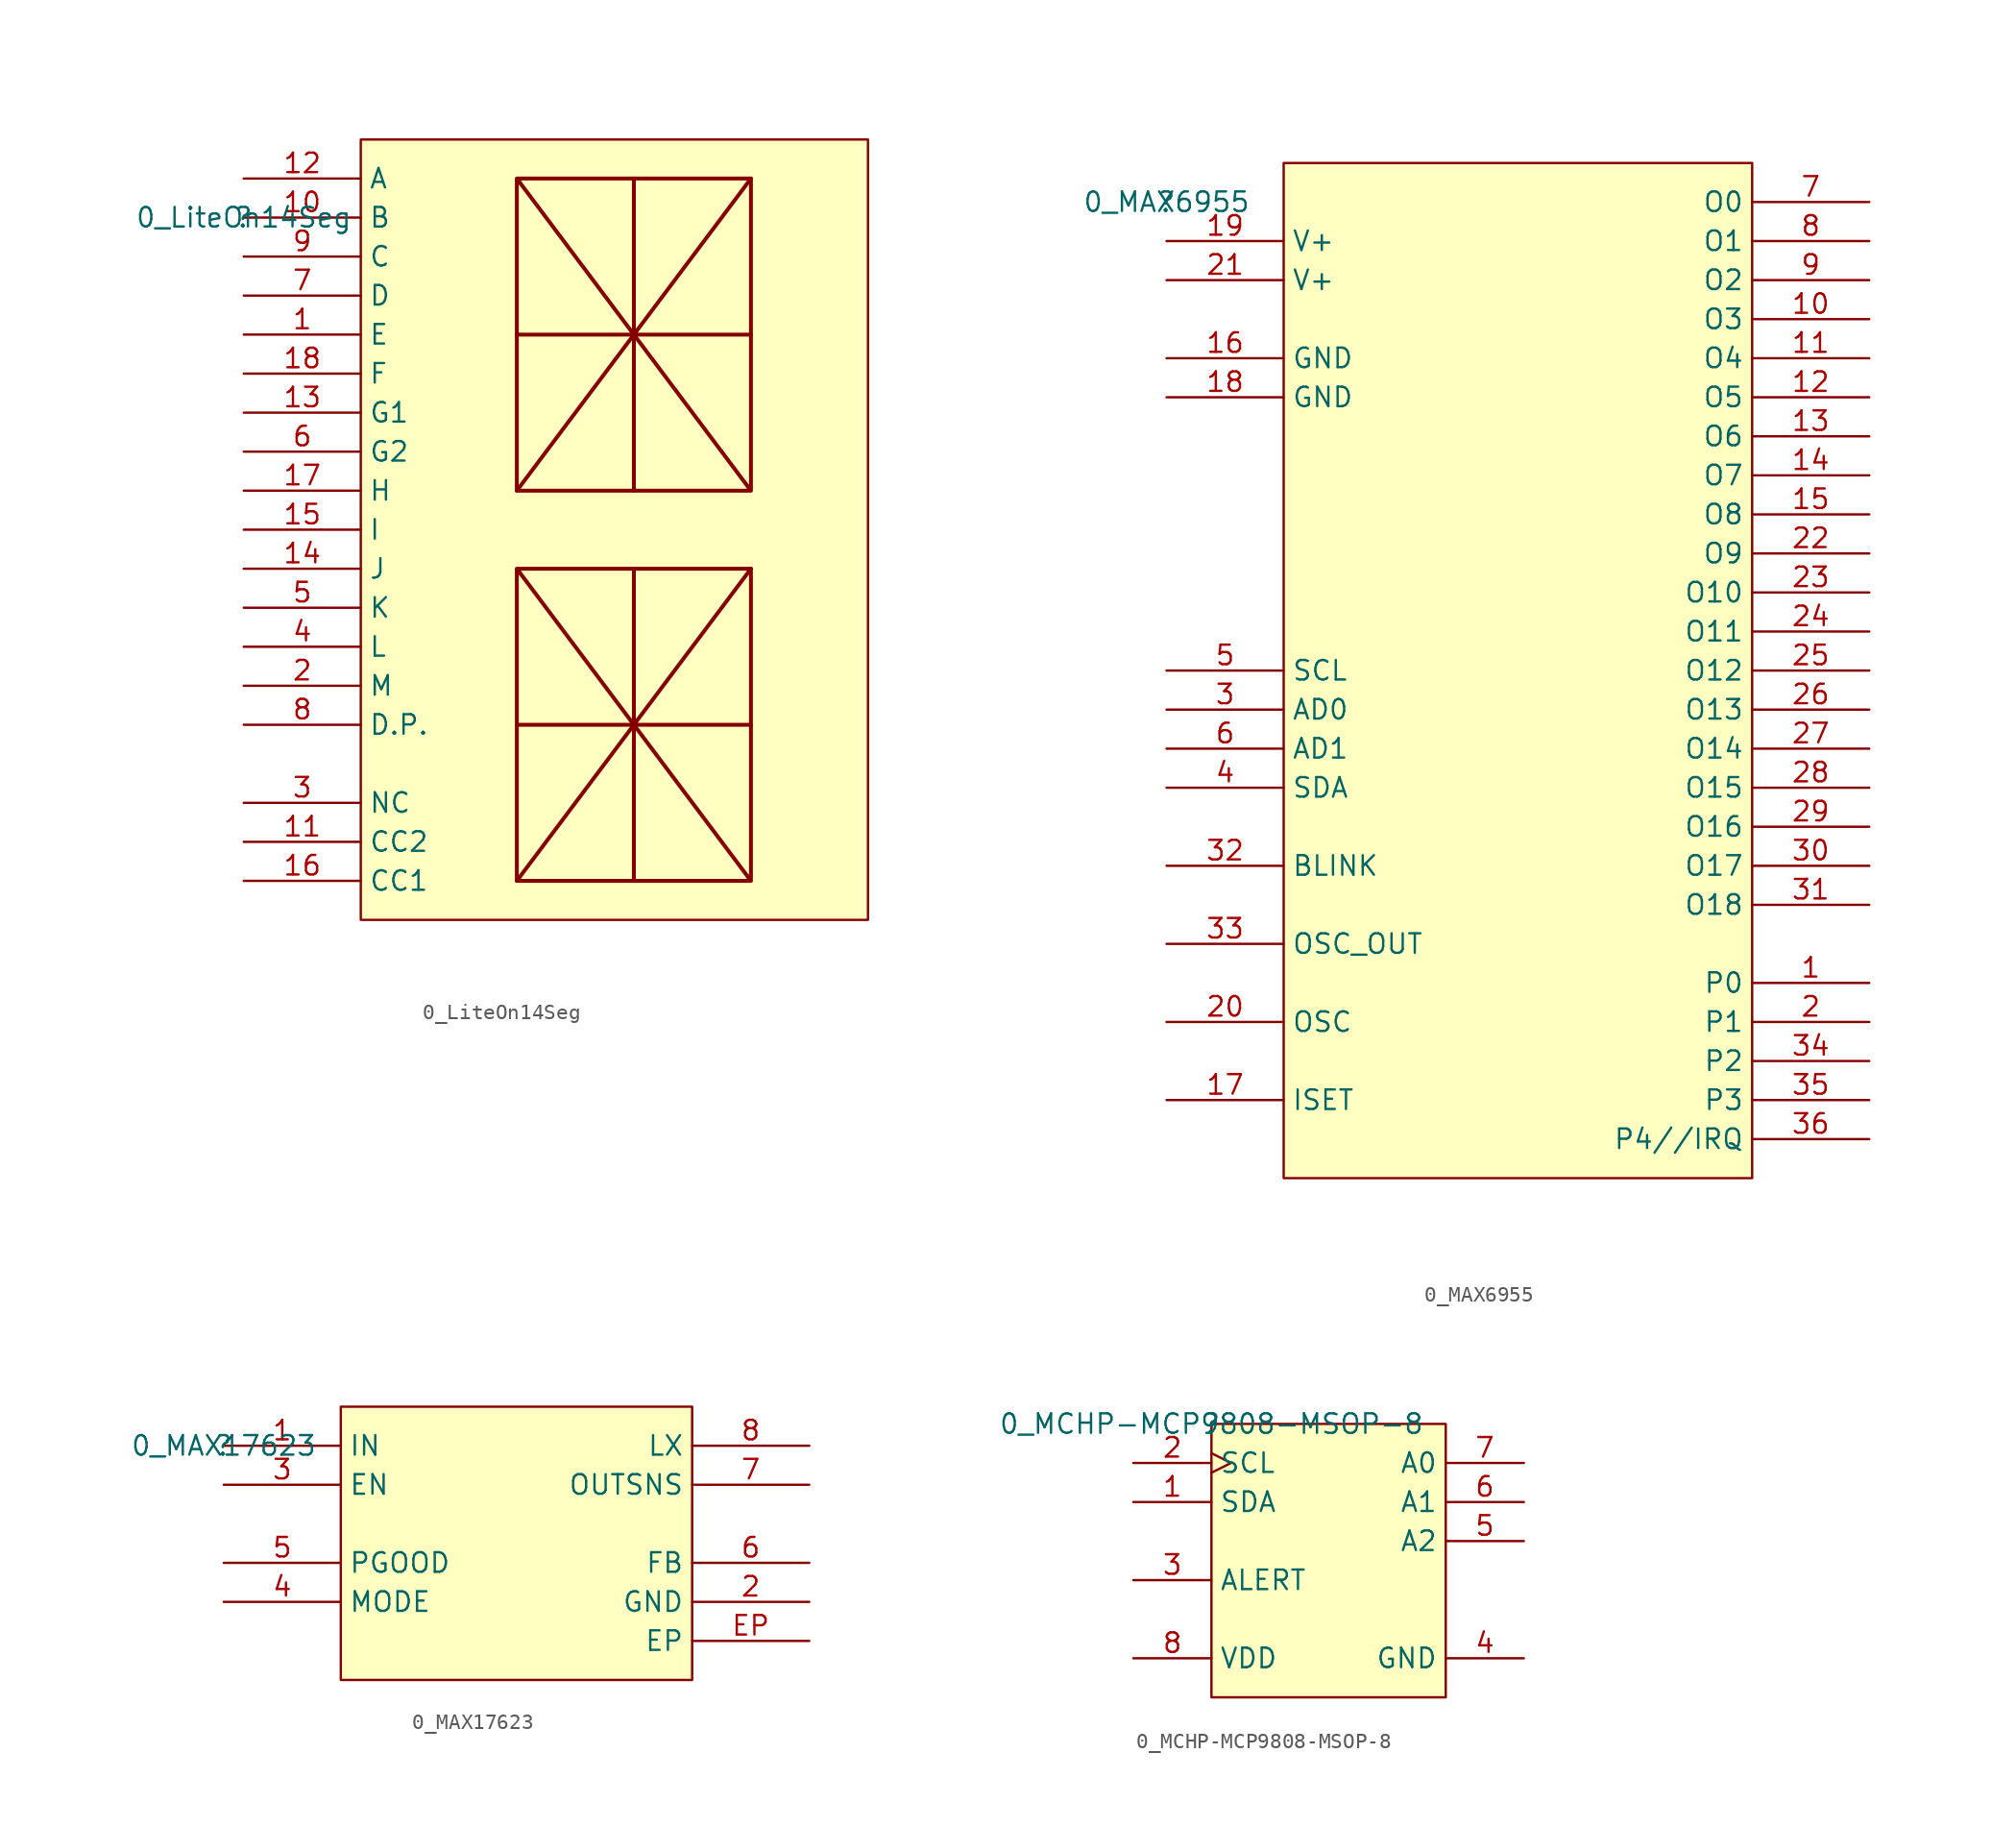
<source format=kicad_sym>
(kicad_symbol_lib
  (version 20211014)
  (generator kicad_symbol_editor)
  (symbol "0_LiteOn14Seg"
    (property "Reference" ""
      (at 0 0 0)
      (effects (font (size 1.27 1.27))))
    (property "Value" "0_LiteOn14Seg"
      (at 0 0 0)
      (effects (font (size 1.27 1.27))))
    (symbol "0_LiteOn14Seg_1_0"
      (polyline (pts (xy 17.78 -33.02) (xy 33.02 -33.02)) (stroke (width 0.254) (type default) (color 0 0 0 0)) (fill (type none)))
      (polyline (pts (xy 17.78 -7.62) (xy 33.02 -7.62)) (stroke (width 0.254) (type default) (color 0 0 0 0)) (fill (type none)))
      (polyline (pts (xy 25.4 -22.86) (xy 25.4 -43.18)) (stroke (width 0.254) (type default) (color 0 0 0 0)) (fill (type none)))
      (polyline (pts (xy 25.4 2.54) (xy 25.4 -17.78)) (stroke (width 0.254) (type default) (color 0 0 0 0)) (fill (type none)))
      (polyline (pts (xy 33.02 -22.86) (xy 17.78 -43.18)) (stroke (width 0.254) (type default) (color 0 0 0 0)) (fill (type none)))
      (polyline (pts (xy 33.02 2.54) (xy 17.78 -17.78)) (stroke (width 0.254) (type default) (color 0 0 0 0)) (fill (type none)))
      (polyline (pts (xy 17.78 -22.86) (xy 17.78 -43.18) (xy 33.02 -43.18) (xy 33.02 -22.86) (xy 17.78 -22.86) (xy 33.02 -43.18)) (stroke (width 0.254) (type default) (color 0 0 0 0)) (fill (type none)))
      (polyline (pts (xy 17.78 2.54) (xy 17.78 -17.78) (xy 33.02 -17.78) (xy 33.02 2.54) (xy 17.78 2.54) (xy 33.02 -17.78)) (stroke (width 0.254) (type default) (color 0 0 0 0)) (fill (type none)))
      (rectangle (start 40.64 5.08) (end 7.62 -45.72) (stroke (width 0) (type default) (color 0 0 0 0)) (fill (type background)))
      (pin output line (at 0 -7.62 0) (length 7.62) (name "E" (effects (font (size 1.27 1.27)))) (number "1" (effects (font (size 1.27 1.27)))))
      (pin output line (at 0 0 0) (length 7.62) (name "B" (effects (font (size 1.27 1.27)))) (number "10" (effects (font (size 1.27 1.27)))))
      (pin output line (at 0 -40.64 0) (length 7.62) (name "CC2" (effects (font (size 1.27 1.27)))) (number "11" (effects (font (size 1.27 1.27)))))
      (pin output line (at 0 2.54 0) (length 7.62) (name "A" (effects (font (size 1.27 1.27)))) (number "12" (effects (font (size 1.27 1.27)))))
      (pin output line (at 0 -12.7 0) (length 7.62) (name "G1" (effects (font (size 1.27 1.27)))) (number "13" (effects (font (size 1.27 1.27)))))
      (pin output line (at 0 -22.86 0) (length 7.62) (name "J" (effects (font (size 1.27 1.27)))) (number "14" (effects (font (size 1.27 1.27)))))
      (pin output line (at 0 -20.32 0) (length 7.62) (name "I" (effects (font (size 1.27 1.27)))) (number "15" (effects (font (size 1.27 1.27)))))
      (pin output line (at 0 -43.18 0) (length 7.62) (name "CC1" (effects (font (size 1.27 1.27)))) (number "16" (effects (font (size 1.27 1.27)))))
      (pin output line (at 0 -17.78 0) (length 7.62) (name "H" (effects (font (size 1.27 1.27)))) (number "17" (effects (font (size 1.27 1.27)))))
      (pin output line (at 0 -10.16 0) (length 7.62) (name "F" (effects (font (size 1.27 1.27)))) (number "18" (effects (font (size 1.27 1.27)))))
      (pin output line (at 0 -30.48 0) (length 7.62) (name "M" (effects (font (size 1.27 1.27)))) (number "2" (effects (font (size 1.27 1.27)))))
      (pin output line (at 0 -38.1 0) (length 7.62) (name "NC" (effects (font (size 1.27 1.27)))) (number "3" (effects (font (size 1.27 1.27)))))
      (pin output line (at 0 -27.94 0) (length 7.62) (name "L" (effects (font (size 1.27 1.27)))) (number "4" (effects (font (size 1.27 1.27)))))
      (pin output line (at 0 -25.4 0) (length 7.62) (name "K" (effects (font (size 1.27 1.27)))) (number "5" (effects (font (size 1.27 1.27)))))
      (pin output line (at 0 -15.24 0) (length 7.62) (name "G2" (effects (font (size 1.27 1.27)))) (number "6" (effects (font (size 1.27 1.27)))))
      (pin output line (at 0 -5.08 0) (length 7.62) (name "D" (effects (font (size 1.27 1.27)))) (number "7" (effects (font (size 1.27 1.27)))))
      (pin output line (at 0 -33.02 0) (length 7.62) (name "D.P." (effects (font (size 1.27 1.27)))) (number "8" (effects (font (size 1.27 1.27)))))
      (pin output line (at 0 -2.54 0) (length 7.62) (name "C" (effects (font (size 1.27 1.27)))) (number "9" (effects (font (size 1.27 1.27)))))))
  (symbol "0_MAX6955"
    (property "Reference" ""
      (at 0 0 0)
      (effects (font (size 1.27 1.27))))
    (property "Value" "0_MAX6955"
      (at 0 0 0)
      (effects (font (size 1.27 1.27))))
    (symbol "0_MAX6955_1_0"
      (rectangle (start 38.1 2.54) (end 7.62 -63.5) (stroke (width 0) (type default) (color 0 0 0 0)) (fill (type background)))
      (pin bidirectional line (at 45.72 -50.8 180) (length 7.62) (name "P0" (effects (font (size 1.27 1.27)))) (number "1" (effects (font (size 1.27 1.27)))))
      (pin output line (at 45.72 -7.62 180) (length 7.62) (name "O3" (effects (font (size 1.27 1.27)))) (number "10" (effects (font (size 1.27 1.27)))))
      (pin output line (at 45.72 -10.16 180) (length 7.62) (name "O4" (effects (font (size 1.27 1.27)))) (number "11" (effects (font (size 1.27 1.27)))))
      (pin output line (at 45.72 -12.7 180) (length 7.62) (name "O5" (effects (font (size 1.27 1.27)))) (number "12" (effects (font (size 1.27 1.27)))))
      (pin output line (at 45.72 -15.24 180) (length 7.62) (name "O6" (effects (font (size 1.27 1.27)))) (number "13" (effects (font (size 1.27 1.27)))))
      (pin output line (at 45.72 -17.78 180) (length 7.62) (name "O7" (effects (font (size 1.27 1.27)))) (number "14" (effects (font (size 1.27 1.27)))))
      (pin output line (at 45.72 -20.32 180) (length 7.62) (name "O8" (effects (font (size 1.27 1.27)))) (number "15" (effects (font (size 1.27 1.27)))))
      (pin power_in line (at 0 -10.16 0) (length 7.62) (name "GND" (effects (font (size 1.27 1.27)))) (number "16" (effects (font (size 1.27 1.27)))))
      (pin passive line (at 0 -58.42 0) (length 7.62) (name "ISET" (effects (font (size 1.27 1.27)))) (number "17" (effects (font (size 1.27 1.27)))))
      (pin power_in line (at 0 -12.7 0) (length 7.62) (name "GND" (effects (font (size 1.27 1.27)))) (number "18" (effects (font (size 1.27 1.27)))))
      (pin power_in line (at 0 -2.54 0) (length 7.62) (name "V+" (effects (font (size 1.27 1.27)))) (number "19" (effects (font (size 1.27 1.27)))))
      (pin bidirectional line (at 45.72 -53.34 180) (length 7.62) (name "P1" (effects (font (size 1.27 1.27)))) (number "2" (effects (font (size 1.27 1.27)))))
      (pin passive line (at 0 -53.34 0) (length 7.62) (name "OSC" (effects (font (size 1.27 1.27)))) (number "20" (effects (font (size 1.27 1.27)))))
      (pin power_in line (at 0 -5.08 0) (length 7.62) (name "V+" (effects (font (size 1.27 1.27)))) (number "21" (effects (font (size 1.27 1.27)))))
      (pin output line (at 45.72 -22.86 180) (length 7.62) (name "O9" (effects (font (size 1.27 1.27)))) (number "22" (effects (font (size 1.27 1.27)))))
      (pin output line (at 45.72 -25.4 180) (length 7.62) (name "O10" (effects (font (size 1.27 1.27)))) (number "23" (effects (font (size 1.27 1.27)))))
      (pin output line (at 45.72 -27.94 180) (length 7.62) (name "O11" (effects (font (size 1.27 1.27)))) (number "24" (effects (font (size 1.27 1.27)))))
      (pin output line (at 45.72 -30.48 180) (length 7.62) (name "O12" (effects (font (size 1.27 1.27)))) (number "25" (effects (font (size 1.27 1.27)))))
      (pin output line (at 45.72 -33.02 180) (length 7.62) (name "O13" (effects (font (size 1.27 1.27)))) (number "26" (effects (font (size 1.27 1.27)))))
      (pin output line (at 45.72 -35.56 180) (length 7.62) (name "O14" (effects (font (size 1.27 1.27)))) (number "27" (effects (font (size 1.27 1.27)))))
      (pin output line (at 45.72 -38.1 180) (length 7.62) (name "O15" (effects (font (size 1.27 1.27)))) (number "28" (effects (font (size 1.27 1.27)))))
      (pin output line (at 45.72 -40.64 180) (length 7.62) (name "O16" (effects (font (size 1.27 1.27)))) (number "29" (effects (font (size 1.27 1.27)))))
      (pin input line (at 0 -33.02 0) (length 7.62) (name "AD0" (effects (font (size 1.27 1.27)))) (number "3" (effects (font (size 1.27 1.27)))))
      (pin output line (at 45.72 -43.18 180) (length 7.62) (name "O17" (effects (font (size 1.27 1.27)))) (number "30" (effects (font (size 1.27 1.27)))))
      (pin output line (at 45.72 -45.72 180) (length 7.62) (name "O18" (effects (font (size 1.27 1.27)))) (number "31" (effects (font (size 1.27 1.27)))))
      (pin open_collector line (at 0 -43.18 0) (length 7.62) (name "BLINK" (effects (font (size 1.27 1.27)))) (number "32" (effects (font (size 1.27 1.27)))))
      (pin output line (at 0 -48.26 0) (length 7.62) (name "OSC_OUT" (effects (font (size 1.27 1.27)))) (number "33" (effects (font (size 1.27 1.27)))))
      (pin bidirectional line (at 45.72 -55.88 180) (length 7.62) (name "P2" (effects (font (size 1.27 1.27)))) (number "34" (effects (font (size 1.27 1.27)))))
      (pin bidirectional line (at 45.72 -58.42 180) (length 7.62) (name "P3" (effects (font (size 1.27 1.27)))) (number "35" (effects (font (size 1.27 1.27)))))
      (pin bidirectional line (at 45.72 -60.96 180) (length 7.62) (name "P4//IRQ" (effects (font (size 1.27 1.27)))) (number "36" (effects (font (size 1.27 1.27)))))
      (pin bidirectional line (at 0 -38.1 0) (length 7.62) (name "SDA" (effects (font (size 1.27 1.27)))) (number "4" (effects (font (size 1.27 1.27)))))
      (pin bidirectional line (at 0 -30.48 0) (length 7.62) (name "SCL" (effects (font (size 1.27 1.27)))) (number "5" (effects (font (size 1.27 1.27)))))
      (pin input line (at 0 -35.56 0) (length 7.62) (name "AD1" (effects (font (size 1.27 1.27)))) (number "6" (effects (font (size 1.27 1.27)))))
      (pin output line (at 45.72 0 180) (length 7.62) (name "O0" (effects (font (size 1.27 1.27)))) (number "7" (effects (font (size 1.27 1.27)))))
      (pin output line (at 45.72 -2.54 180) (length 7.62) (name "O1" (effects (font (size 1.27 1.27)))) (number "8" (effects (font (size 1.27 1.27)))))
      (pin output line (at 45.72 -5.08 180) (length 7.62) (name "O2" (effects (font (size 1.27 1.27)))) (number "9" (effects (font (size 1.27 1.27)))))))
  (symbol "0_MAX17623"
    (property "Reference" ""
      (at 0 0 0)
      (effects (font (size 1.27 1.27))))
    (property "Value" "0_MAX17623"
      (at 0 0 0)
      (effects (font (size 1.27 1.27))))
    (symbol "0_MAX17623_1_0"
      (rectangle (start 30.48 2.54) (end 7.62 -15.24) (stroke (width 0) (type default) (color 0 0 0 0)) (fill (type background)))
      (pin bidirectional line (at 0 0 0) (length 7.62) (name "IN" (effects (font (size 1.27 1.27)))) (number "1" (effects (font (size 1.27 1.27)))))
      (pin input line (at 38.1 -10.16 180) (length 7.62) (name "GND" (effects (font (size 1.27 1.27)))) (number "2" (effects (font (size 1.27 1.27)))))
      (pin input line (at 0 -2.54 0) (length 7.62) (name "EN" (effects (font (size 1.27 1.27)))) (number "3" (effects (font (size 1.27 1.27)))))
      (pin input line (at 0 -10.16 0) (length 7.62) (name "MODE" (effects (font (size 1.27 1.27)))) (number "4" (effects (font (size 1.27 1.27)))))
      (pin input line (at 0 -7.62 0) (length 7.62) (name "PGOOD" (effects (font (size 1.27 1.27)))) (number "5" (effects (font (size 1.27 1.27)))))
      (pin input line (at 38.1 -7.62 180) (length 7.62) (name "FB" (effects (font (size 1.27 1.27)))) (number "6" (effects (font (size 1.27 1.27)))))
      (pin input line (at 38.1 -2.54 180) (length 7.62) (name "OUTSNS" (effects (font (size 1.27 1.27)))) (number "7" (effects (font (size 1.27 1.27)))))
      (pin input line (at 38.1 0 180) (length 7.62) (name "LX" (effects (font (size 1.27 1.27)))) (number "8" (effects (font (size 1.27 1.27)))))
      (pin input line (at 38.1 -12.7 180) (length 7.62) (name "EP" (effects (font (size 1.27 1.27)))) (number "EP" (effects (font (size 1.27 1.27)))))))
  (symbol "0_MCHP-MCP9808-MSOP-8"
    (property "Reference" ""
      (at 0 0 0)
      (effects (font (size 1.27 1.27))))
    (property "Value" "0_MCHP-MCP9808-MSOP-8"
      (at 0 0 0)
      (effects (font (size 1.27 1.27))))
    (symbol "0_MCHP-MCP9808-MSOP-8_1_0"
      (rectangle (start 15.24 0) (end 0 -17.78) (stroke (width 0) (type default) (color 0 0 0 0)) (fill (type background)))
      (pin bidirectional line (at -5.08 -5.08 0) (length 5.08) (name "SDA" (effects (font (size 1.27 1.27)))) (number "1" (effects (font (size 1.27 1.27)))))
      (pin input clock (at -5.08 -2.54 0) (length 5.08) (name "SCL" (effects (font (size 1.27 1.27)))) (number "2" (effects (font (size 1.27 1.27)))))
      (pin open_collector line (at -5.08 -10.16 0) (length 5.08) (name "ALERT" (effects (font (size 1.27 1.27)))) (number "3" (effects (font (size 1.27 1.27)))))
      (pin power_in line (at 20.32 -15.24 180) (length 5.08) (name "GND" (effects (font (size 1.27 1.27)))) (number "4" (effects (font (size 1.27 1.27)))))
      (pin input line (at 20.32 -7.62 180) (length 5.08) (name "A2" (effects (font (size 1.27 1.27)))) (number "5" (effects (font (size 1.27 1.27)))))
      (pin input line (at 20.32 -5.08 180) (length 5.08) (name "A1" (effects (font (size 1.27 1.27)))) (number "6" (effects (font (size 1.27 1.27)))))
      (pin input line (at 20.32 -2.54 180) (length 5.08) (name "A0" (effects (font (size 1.27 1.27)))) (number "7" (effects (font (size 1.27 1.27)))))
      (pin power_in line (at -5.08 -15.24 0) (length 5.08) (name "VDD" (effects (font (size 1.27 1.27)))) (number "8" (effects (font (size 1.27 1.27))))))))
</source>
